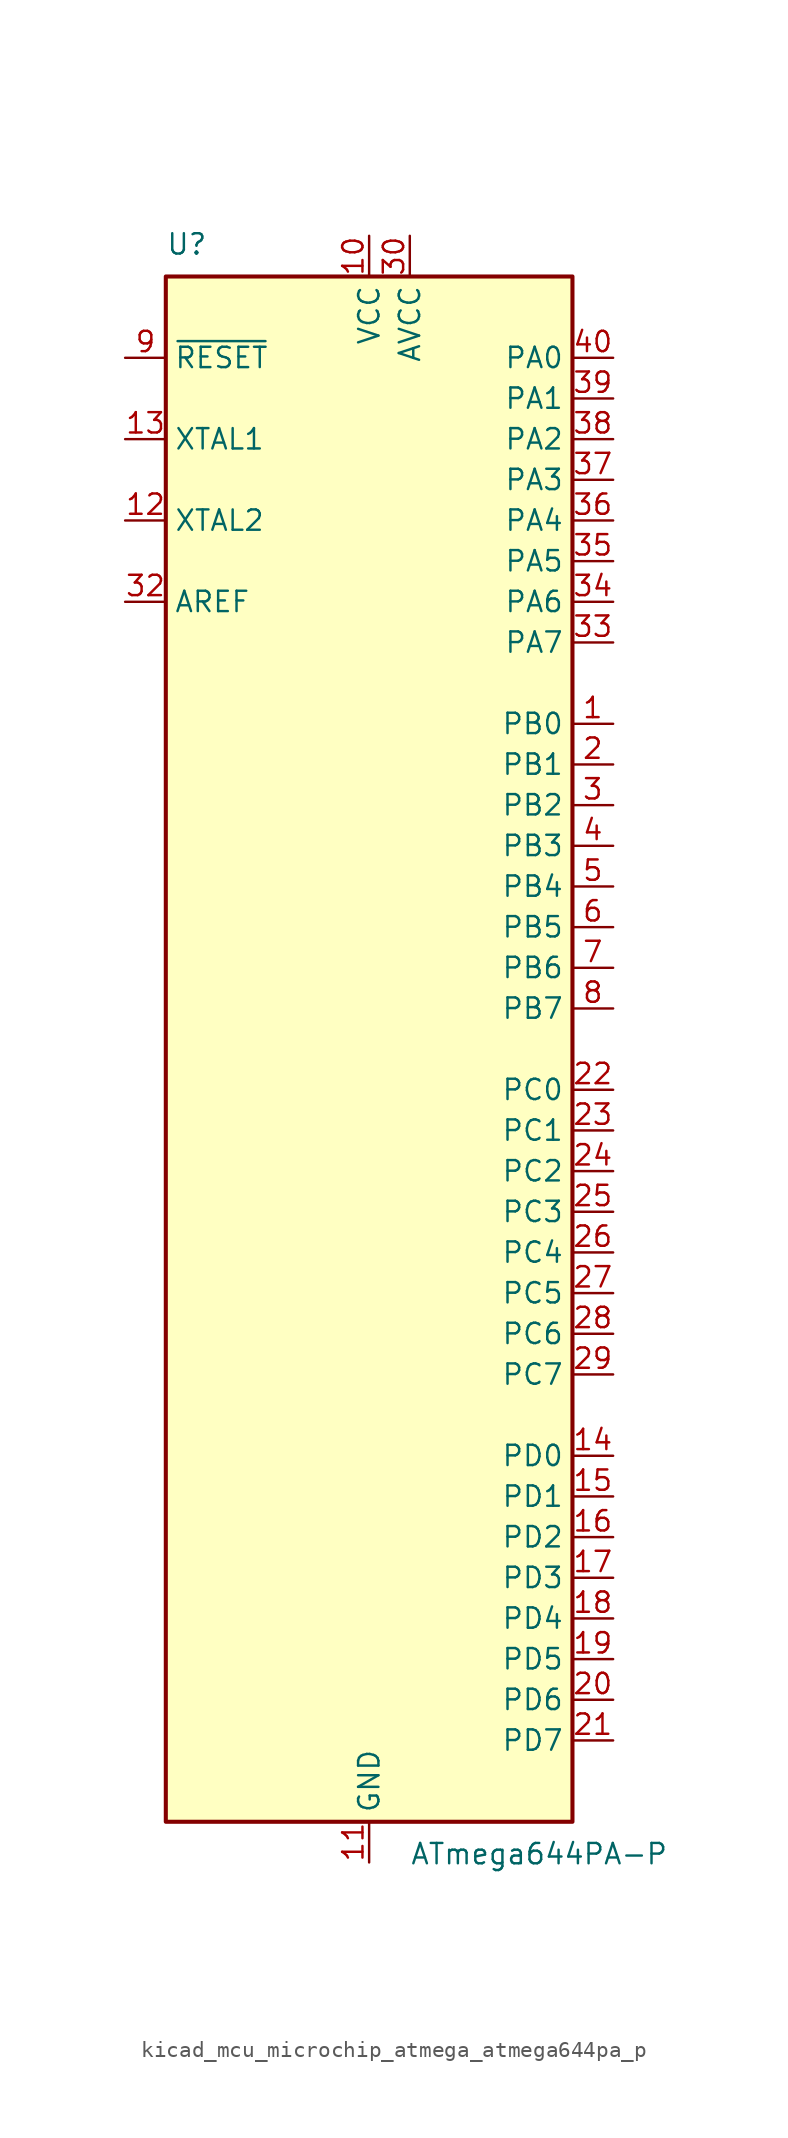
<source format=kicad_sym>
(kicad_symbol_lib
  (version 20220914)
  (generator kicad_symbol_editor)
  (symbol "kicad_mcu_microchip_atmega_atmega644pa_p"
    (property "Reference" "U"
      (at -12.7 49.53 0)
      (effects (font (size 1.27 1.27)) (justify left bottom)))
    (property "Value" "ATmega644PA-P"
      (at 2.54 -49.53 0)
      (effects (font (size 1.27 1.27)) (justify left top)))
    (symbol "kicad_mcu_microchip_atmega_atmega644pa_p_0_1"
      (rectangle (start -12.7 -48.26) (end 12.7 48.26) (stroke (width 0.254) (type default)) (fill (type background))))
    (symbol "kicad_mcu_microchip_atmega_atmega644pa_p_1_1"
      (pin bidirectional line (at 15.24 20.32 180) (length 2.54) (name "PB0" (effects (font (size 1.27 1.27)))) (number "1" (effects (font (size 1.27 1.27)))))
      (pin power_in line (at 0 50.8 270) (length 2.54) (name "VCC" (effects (font (size 1.27 1.27)))) (number "10" (effects (font (size 1.27 1.27)))))
      (pin power_in line (at 0 -50.8 90) (length 2.54) (name "GND" (effects (font (size 1.27 1.27)))) (number "11" (effects (font (size 1.27 1.27)))))
      (pin output line (at -15.24 33.02 0) (length 2.54) (name "XTAL2" (effects (font (size 1.27 1.27)))) (number "12" (effects (font (size 1.27 1.27)))))
      (pin input line (at -15.24 38.1 0) (length 2.54) (name "XTAL1" (effects (font (size 1.27 1.27)))) (number "13" (effects (font (size 1.27 1.27)))))
      (pin bidirectional line (at 15.24 -25.4 180) (length 2.54) (name "PD0" (effects (font (size 1.27 1.27)))) (number "14" (effects (font (size 1.27 1.27)))))
      (pin bidirectional line (at 15.24 -27.94 180) (length 2.54) (name "PD1" (effects (font (size 1.27 1.27)))) (number "15" (effects (font (size 1.27 1.27)))))
      (pin bidirectional line (at 15.24 -30.48 180) (length 2.54) (name "PD2" (effects (font (size 1.27 1.27)))) (number "16" (effects (font (size 1.27 1.27)))))
      (pin bidirectional line (at 15.24 -33.02 180) (length 2.54) (name "PD3" (effects (font (size 1.27 1.27)))) (number "17" (effects (font (size 1.27 1.27)))))
      (pin bidirectional line (at 15.24 -35.56 180) (length 2.54) (name "PD4" (effects (font (size 1.27 1.27)))) (number "18" (effects (font (size 1.27 1.27)))))
      (pin bidirectional line (at 15.24 -38.1 180) (length 2.54) (name "PD5" (effects (font (size 1.27 1.27)))) (number "19" (effects (font (size 1.27 1.27)))))
      (pin bidirectional line (at 15.24 17.78 180) (length 2.54) (name "PB1" (effects (font (size 1.27 1.27)))) (number "2" (effects (font (size 1.27 1.27)))))
      (pin bidirectional line (at 15.24 -40.64 180) (length 2.54) (name "PD6" (effects (font (size 1.27 1.27)))) (number "20" (effects (font (size 1.27 1.27)))))
      (pin bidirectional line (at 15.24 -43.18 180) (length 2.54) (name "PD7" (effects (font (size 1.27 1.27)))) (number "21" (effects (font (size 1.27 1.27)))))
      (pin bidirectional line (at 15.24 -2.54 180) (length 2.54) (name "PC0" (effects (font (size 1.27 1.27)))) (number "22" (effects (font (size 1.27 1.27)))))
      (pin bidirectional line (at 15.24 -5.08 180) (length 2.54) (name "PC1" (effects (font (size 1.27 1.27)))) (number "23" (effects (font (size 1.27 1.27)))))
      (pin bidirectional line (at 15.24 -7.62 180) (length 2.54) (name "PC2" (effects (font (size 1.27 1.27)))) (number "24" (effects (font (size 1.27 1.27)))))
      (pin bidirectional line (at 15.24 -10.16 180) (length 2.54) (name "PC3" (effects (font (size 1.27 1.27)))) (number "25" (effects (font (size 1.27 1.27)))))
      (pin bidirectional line (at 15.24 -12.7 180) (length 2.54) (name "PC4" (effects (font (size 1.27 1.27)))) (number "26" (effects (font (size 1.27 1.27)))))
      (pin bidirectional line (at 15.24 -15.24 180) (length 2.54) (name "PC5" (effects (font (size 1.27 1.27)))) (number "27" (effects (font (size 1.27 1.27)))))
      (pin bidirectional line (at 15.24 -17.78 180) (length 2.54) (name "PC6" (effects (font (size 1.27 1.27)))) (number "28" (effects (font (size 1.27 1.27)))))
      (pin bidirectional line (at 15.24 -20.32 180) (length 2.54) (name "PC7" (effects (font (size 1.27 1.27)))) (number "29" (effects (font (size 1.27 1.27)))))
      (pin bidirectional line (at 15.24 15.24 180) (length 2.54) (name "PB2" (effects (font (size 1.27 1.27)))) (number "3" (effects (font (size 1.27 1.27)))))
      (pin power_in line (at 2.54 50.8 270) (length 2.54) (name "AVCC" (effects (font (size 1.27 1.27)))) (number "30" (effects (font (size 1.27 1.27)))))
      (pin passive line (at 0 -50.8 90) (length 2.54) hide (name "GND" (effects (font (size 1.27 1.27)))) (number "31" (effects (font (size 1.27 1.27)))))
      (pin passive line (at -15.24 27.94 0) (length 2.54) (name "AREF" (effects (font (size 1.27 1.27)))) (number "32" (effects (font (size 1.27 1.27)))))
      (pin bidirectional line (at 15.24 25.4 180) (length 2.54) (name "PA7" (effects (font (size 1.27 1.27)))) (number "33" (effects (font (size 1.27 1.27)))))
      (pin bidirectional line (at 15.24 27.94 180) (length 2.54) (name "PA6" (effects (font (size 1.27 1.27)))) (number "34" (effects (font (size 1.27 1.27)))))
      (pin bidirectional line (at 15.24 30.48 180) (length 2.54) (name "PA5" (effects (font (size 1.27 1.27)))) (number "35" (effects (font (size 1.27 1.27)))))
      (pin bidirectional line (at 15.24 33.02 180) (length 2.54) (name "PA4" (effects (font (size 1.27 1.27)))) (number "36" (effects (font (size 1.27 1.27)))))
      (pin bidirectional line (at 15.24 35.56 180) (length 2.54) (name "PA3" (effects (font (size 1.27 1.27)))) (number "37" (effects (font (size 1.27 1.27)))))
      (pin bidirectional line (at 15.24 38.1 180) (length 2.54) (name "PA2" (effects (font (size 1.27 1.27)))) (number "38" (effects (font (size 1.27 1.27)))))
      (pin bidirectional line (at 15.24 40.64 180) (length 2.54) (name "PA1" (effects (font (size 1.27 1.27)))) (number "39" (effects (font (size 1.27 1.27)))))
      (pin bidirectional line (at 15.24 12.7 180) (length 2.54) (name "PB3" (effects (font (size 1.27 1.27)))) (number "4" (effects (font (size 1.27 1.27)))))
      (pin bidirectional line (at 15.24 43.18 180) (length 2.54) (name "PA0" (effects (font (size 1.27 1.27)))) (number "40" (effects (font (size 1.27 1.27)))))
      (pin bidirectional line (at 15.24 10.16 180) (length 2.54) (name "PB4" (effects (font (size 1.27 1.27)))) (number "5" (effects (font (size 1.27 1.27)))))
      (pin bidirectional line (at 15.24 7.62 180) (length 2.54) (name "PB5" (effects (font (size 1.27 1.27)))) (number "6" (effects (font (size 1.27 1.27)))))
      (pin bidirectional line (at 15.24 5.08 180) (length 2.54) (name "PB6" (effects (font (size 1.27 1.27)))) (number "7" (effects (font (size 1.27 1.27)))))
      (pin bidirectional line (at 15.24 2.54 180) (length 2.54) (name "PB7" (effects (font (size 1.27 1.27)))) (number "8" (effects (font (size 1.27 1.27)))))
      (pin input line (at -15.24 43.18 0) (length 2.54) (name "~{RESET}" (effects (font (size 1.27 1.27)))) (number "9" (effects (font (size 1.27 1.27))))))))
</source>
